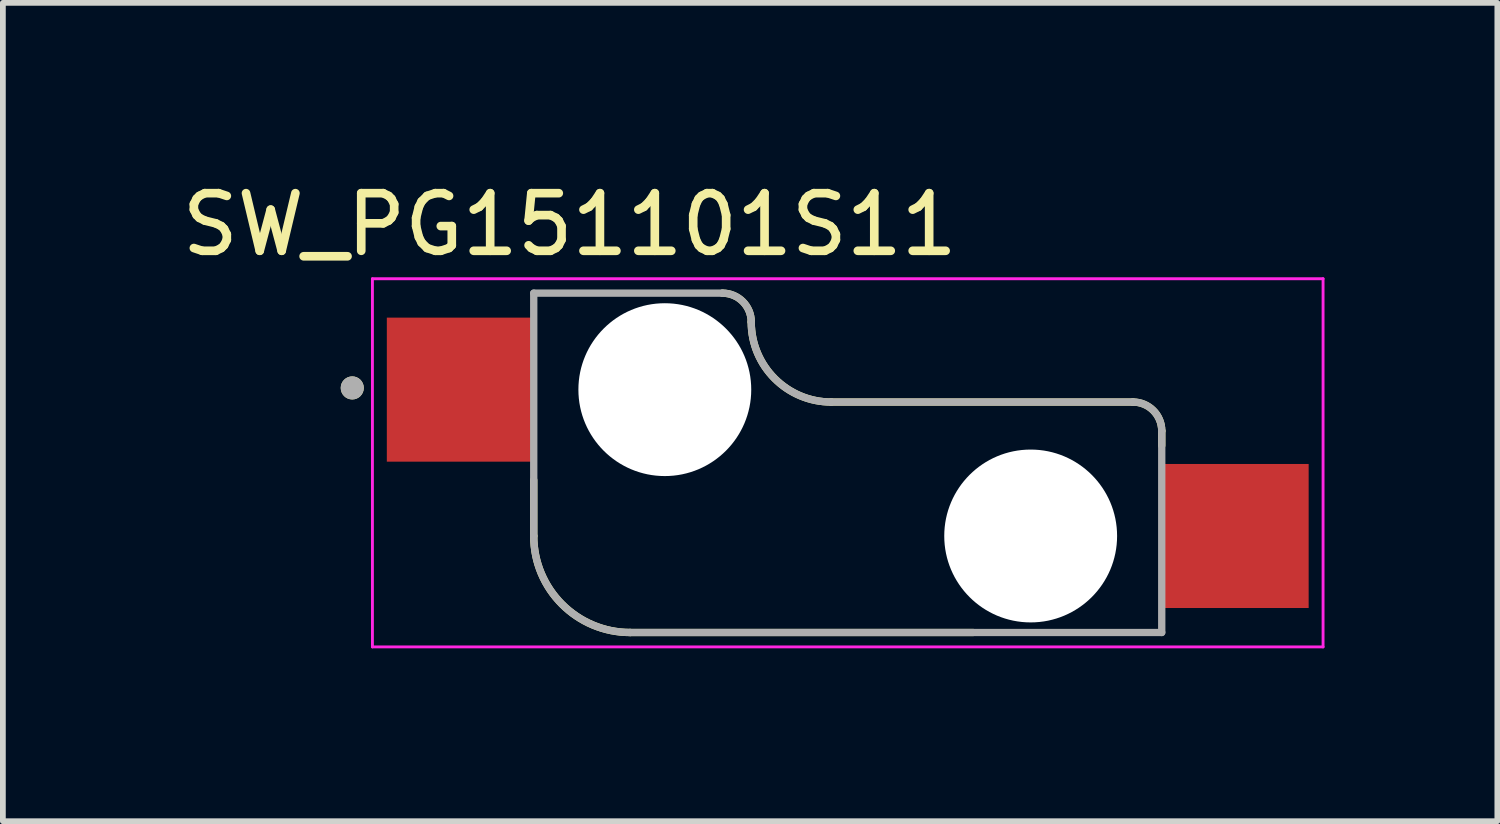
<source format=kicad_pcb>
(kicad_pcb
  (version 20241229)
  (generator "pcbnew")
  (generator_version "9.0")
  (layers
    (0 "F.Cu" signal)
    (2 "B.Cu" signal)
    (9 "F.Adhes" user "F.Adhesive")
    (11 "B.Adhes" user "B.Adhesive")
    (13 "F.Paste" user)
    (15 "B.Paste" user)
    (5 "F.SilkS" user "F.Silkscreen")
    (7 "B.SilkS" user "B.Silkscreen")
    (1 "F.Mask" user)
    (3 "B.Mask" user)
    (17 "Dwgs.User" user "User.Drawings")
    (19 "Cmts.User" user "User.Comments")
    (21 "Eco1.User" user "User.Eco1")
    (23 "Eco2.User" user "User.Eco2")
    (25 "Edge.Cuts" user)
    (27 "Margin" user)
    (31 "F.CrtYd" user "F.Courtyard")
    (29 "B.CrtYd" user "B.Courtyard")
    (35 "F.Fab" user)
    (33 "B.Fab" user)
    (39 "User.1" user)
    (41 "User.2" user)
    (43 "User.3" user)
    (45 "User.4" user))
  (footprint "SW_PG151101S11"
    (layer "F.Cu")
    (at 11.664 4.983)
    (property "Reference" "SW_PG151101S11" (at -4.825 -4.135 0) (layer "F.SilkS") (effects (font (size 1 1) (thickness 0.15))))
    (attr smd)
    (fp_line (start -5.45 1.27) (end -5.45 0.3) (stroke (width 0.127) (type solid)) (layer "F.SilkS"))
    (fp_line (start -0.285 -1.055) (end 4.95 -1.055) (stroke (width 0.127) (type solid)) (layer "F.SilkS"))
    (fp_line (start 2.175 2.945) (end -3.775 2.945) (stroke (width 0.127) (type solid)) (layer "F.SilkS"))
    (fp_line (start 5.45 -0.555) (end 5.45 -0.3) (stroke (width 0.127) (type solid)) (layer "F.SilkS"))
    (fp_arc (start -3.775 2.945) (mid -4.959404 2.454404) (end -5.45 1.27) (stroke (width 0.127) (type solid)) (layer "F.SilkS"))
    (fp_arc (start -2.175 -2.945) (mid -1.821447 -2.798553) (end -1.675 -2.445) (stroke (width 0.127) (type solid)) (layer "F.SilkS"))
    (fp_arc (start -0.285 -1.055) (mid -1.267878 -1.462122) (end -1.675 -2.445) (stroke (width 0.127) (type solid)) (layer "F.SilkS"))
    (fp_arc (start 4.95 -1.055) (mid 5.303553 -0.908553) (end 5.45 -0.555) (stroke (width 0.127) (type solid)) (layer "F.SilkS"))
    (fp_circle (center -8.6 -1.3) (end -8.5 -1.3) (stroke (width 0.2) (type solid)) (fill no) (layer "F.SilkS"))
    (fp_line (start -8.25 -3.195) (end 8.25 -3.195) (stroke (width 0.05) (type solid)) (layer "F.CrtYd"))
    (fp_line (start -8.25 3.195) (end -8.25 -3.195) (stroke (width 0.05) (type solid)) (layer "F.CrtYd"))
    (fp_line (start 8.25 -3.195) (end 8.25 3.195) (stroke (width 0.05) (type solid)) (layer "F.CrtYd"))
    (fp_line (start 8.25 3.195) (end -8.25 3.195) (stroke (width 0.05) (type solid)) (layer "F.CrtYd"))
    (fp_line (start -5.45 -2.945) (end -2.175 -2.945) (stroke (width 0.127) (type solid)) (layer "F.Fab"))
    (fp_line (start -5.45 1.27) (end -5.45 -2.945) (stroke (width 0.127) (type solid)) (layer "F.Fab"))
    (fp_line (start -0.285 -1.055) (end 4.95 -1.055) (stroke (width 0.127) (type solid)) (layer "F.Fab"))
    (fp_line (start 5.45 -0.555) (end 5.45 2.945) (stroke (width 0.127) (type solid)) (layer "F.Fab"))
    (fp_line (start 5.45 2.945) (end -3.775 2.945) (stroke (width 0.127) (type solid)) (layer "F.Fab"))
    (fp_arc (start -3.775 2.945) (mid -4.959404 2.454404) (end -5.45 1.27) (stroke (width 0.127) (type solid)) (layer "F.Fab"))
    (fp_arc (start -2.175 -2.945) (mid -1.821447 -2.798553) (end -1.675 -2.445) (stroke (width 0.127) (type solid)) (layer "F.Fab"))
    (fp_arc (start -0.285 -1.055) (mid -1.267878 -1.462122) (end -1.675 -2.445) (stroke (width 0.127) (type solid)) (layer "F.Fab"))
    (fp_arc (start 4.95 -1.055) (mid 5.303553 -0.908553) (end 5.45 -0.555) (stroke (width 0.127) (type solid)) (layer "F.Fab"))
    (fp_circle (center -8.6 -1.3) (end -8.5 -1.3) (stroke (width 0.2) (type solid)) (fill no) (layer "F.Fab"))
    (pad "" np_thru_hole circle (at -3.175 -1.27) (size 3 3) (drill 3) (layers "*.Cu" "*.Mask"))
    (pad "" np_thru_hole circle (at 3.175 1.27) (size 3 3) (drill 3) (layers "*.Cu" "*.Mask"))
    (pad "1" smd rect (at -6.725 -1.27) (size 2.55 2.5) (layers "F.Cu" "F.Mask" "F.Paste"))
    (pad "2" smd rect (at 6.725 1.27) (size 2.55 2.5) (layers "F.Cu" "F.Mask" "F.Paste")))
  (gr_rect
    (start -3 -3)
    (end 22.939 11.203)
    (stroke (width 0.1) (type default))
    (fill no)
    (layer "Edge.Cuts")))
</source>
